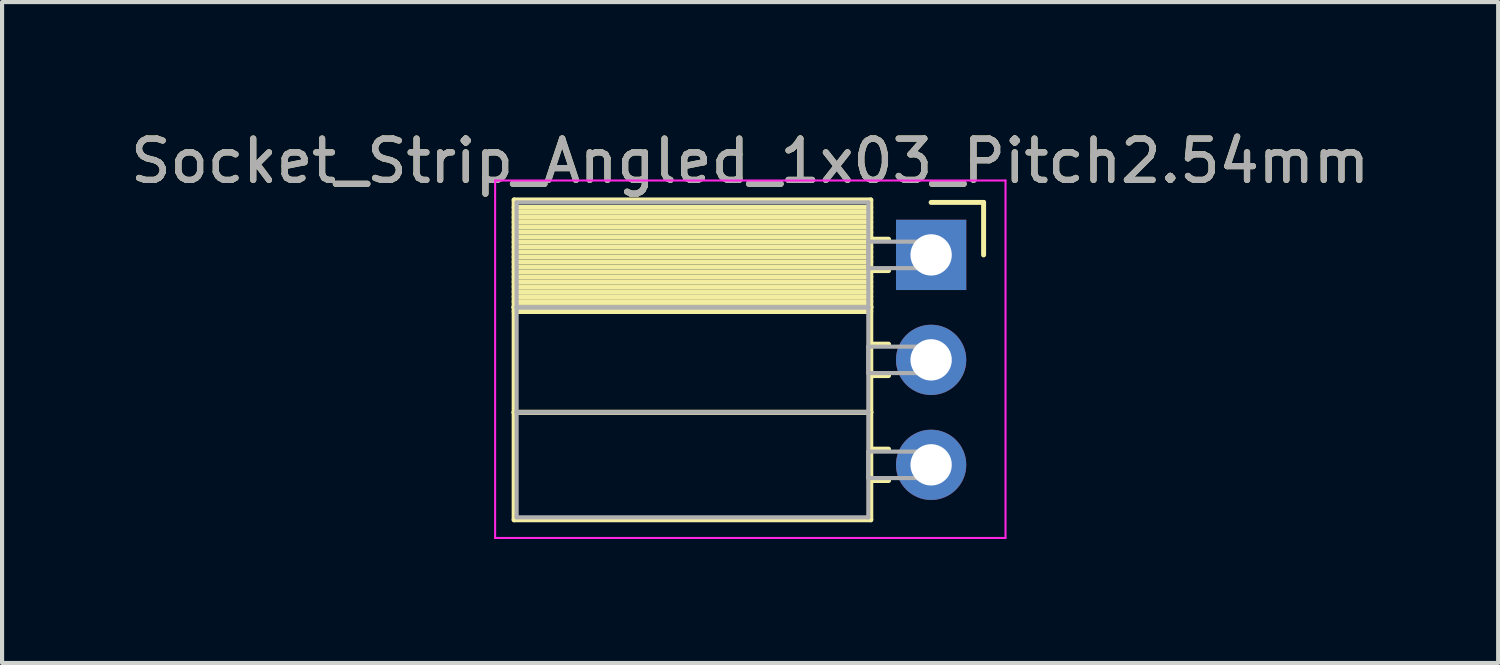
<source format=kicad_pcb>
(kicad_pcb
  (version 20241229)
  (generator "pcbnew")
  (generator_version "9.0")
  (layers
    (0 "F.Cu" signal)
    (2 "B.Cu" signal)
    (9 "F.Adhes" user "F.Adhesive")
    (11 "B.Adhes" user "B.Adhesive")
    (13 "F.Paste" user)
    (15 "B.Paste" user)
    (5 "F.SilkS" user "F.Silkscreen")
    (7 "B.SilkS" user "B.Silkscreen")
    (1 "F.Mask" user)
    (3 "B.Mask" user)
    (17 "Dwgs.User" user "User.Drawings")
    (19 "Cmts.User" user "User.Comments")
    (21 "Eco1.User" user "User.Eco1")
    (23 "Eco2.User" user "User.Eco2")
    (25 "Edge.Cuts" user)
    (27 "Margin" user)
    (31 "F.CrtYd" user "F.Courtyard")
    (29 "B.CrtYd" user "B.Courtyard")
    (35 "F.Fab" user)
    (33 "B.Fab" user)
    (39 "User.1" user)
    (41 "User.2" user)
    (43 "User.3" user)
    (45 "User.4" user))
  (footprint "Socket_Strip_Angled_1x03_Pitch2.54mm"
    (layer "F.Cu")
    (at 19.481 3.118)
    (property "Reference" "Socket_Strip_Angled_1x03_Pitch2.54mm" (at -4.38 -2.27 0) (layer "F.SilkS") (effects (font (size 1 1) (thickness 0.15))))
    (attr through_hole)
    (fp_line (start -10.09 -1.33) (end -1.46 -1.33) (stroke (width 0.12) (type solid)) (layer "F.SilkS"))
    (fp_line (start -10.09 1.27) (end -10.09 -1.33) (stroke (width 0.12) (type solid)) (layer "F.SilkS"))
    (fp_line (start -10.09 1.27) (end -1.46 1.27) (stroke (width 0.12) (type solid)) (layer "F.SilkS"))
    (fp_line (start -10.09 3.81) (end -10.09 1.27) (stroke (width 0.12) (type solid)) (layer "F.SilkS"))
    (fp_line (start -10.09 3.81) (end -1.46 3.81) (stroke (width 0.12) (type solid)) (layer "F.SilkS"))
    (fp_line (start -10.09 6.41) (end -10.09 3.81) (stroke (width 0.12) (type solid)) (layer "F.SilkS"))
    (fp_line (start -1.46 -1.33) (end -1.46 1.27) (stroke (width 0.12) (type solid)) (layer "F.SilkS"))
    (fp_line (start -1.46 -1.15) (end -10.09 -1.15) (stroke (width 0.12) (type solid)) (layer "F.SilkS"))
    (fp_line (start -1.46 -1.03) (end -10.09 -1.03) (stroke (width 0.12) (type solid)) (layer "F.SilkS"))
    (fp_line (start -1.46 -0.91) (end -10.09 -0.91) (stroke (width 0.12) (type solid)) (layer "F.SilkS"))
    (fp_line (start -1.46 -0.79) (end -10.09 -0.79) (stroke (width 0.12) (type solid)) (layer "F.SilkS"))
    (fp_line (start -1.46 -0.67) (end -10.09 -0.67) (stroke (width 0.12) (type solid)) (layer "F.SilkS"))
    (fp_line (start -1.46 -0.55) (end -10.09 -0.55) (stroke (width 0.12) (type solid)) (layer "F.SilkS"))
    (fp_line (start -1.46 -0.43) (end -10.09 -0.43) (stroke (width 0.12) (type solid)) (layer "F.SilkS"))
    (fp_line (start -1.46 -0.31) (end -10.09 -0.31) (stroke (width 0.12) (type solid)) (layer "F.SilkS"))
    (fp_line (start -1.46 -0.19) (end -10.09 -0.19) (stroke (width 0.12) (type solid)) (layer "F.SilkS"))
    (fp_line (start -1.46 -0.07) (end -10.09 -0.07) (stroke (width 0.12) (type solid)) (layer "F.SilkS"))
    (fp_line (start -1.46 0.05) (end -10.09 0.05) (stroke (width 0.12) (type solid)) (layer "F.SilkS"))
    (fp_line (start -1.46 0.17) (end -10.09 0.17) (stroke (width 0.12) (type solid)) (layer "F.SilkS"))
    (fp_line (start -1.46 0.29) (end -10.09 0.29) (stroke (width 0.12) (type solid)) (layer "F.SilkS"))
    (fp_line (start -1.46 0.41) (end -10.09 0.41) (stroke (width 0.12) (type solid)) (layer "F.SilkS"))
    (fp_line (start -1.46 0.53) (end -10.09 0.53) (stroke (width 0.12) (type solid)) (layer "F.SilkS"))
    (fp_line (start -1.46 0.65) (end -10.09 0.65) (stroke (width 0.12) (type solid)) (layer "F.SilkS"))
    (fp_line (start -1.46 0.77) (end -10.09 0.77) (stroke (width 0.12) (type solid)) (layer "F.SilkS"))
    (fp_line (start -1.46 0.89) (end -10.09 0.89) (stroke (width 0.12) (type solid)) (layer "F.SilkS"))
    (fp_line (start -1.46 1.01) (end -10.09 1.01) (stroke (width 0.12) (type solid)) (layer "F.SilkS"))
    (fp_line (start -1.46 1.13) (end -10.09 1.13) (stroke (width 0.12) (type solid)) (layer "F.SilkS"))
    (fp_line (start -1.46 1.25) (end -10.09 1.25) (stroke (width 0.12) (type solid)) (layer "F.SilkS"))
    (fp_line (start -1.46 1.27) (end -10.09 1.27) (stroke (width 0.12) (type solid)) (layer "F.SilkS"))
    (fp_line (start -1.46 1.27) (end -1.46 3.81) (stroke (width 0.12) (type solid)) (layer "F.SilkS"))
    (fp_line (start -1.46 1.37) (end -10.09 1.37) (stroke (width 0.12) (type solid)) (layer "F.SilkS"))
    (fp_line (start -1.46 3.81) (end -10.09 3.81) (stroke (width 0.12) (type solid)) (layer "F.SilkS"))
    (fp_line (start -1.46 3.81) (end -1.46 6.41) (stroke (width 0.12) (type solid)) (layer "F.SilkS"))
    (fp_line (start -1.46 6.41) (end -10.09 6.41) (stroke (width 0.12) (type solid)) (layer "F.SilkS"))
    (fp_line (start -1.03 -0.38) (end -1.46 -0.38) (stroke (width 0.12) (type solid)) (layer "F.SilkS"))
    (fp_line (start -1.03 0.38) (end -1.46 0.38) (stroke (width 0.12) (type solid)) (layer "F.SilkS"))
    (fp_line (start -1.03 2.16) (end -1.46 2.16) (stroke (width 0.12) (type solid)) (layer "F.SilkS"))
    (fp_line (start -1.03 2.92) (end -1.46 2.92) (stroke (width 0.12) (type solid)) (layer "F.SilkS"))
    (fp_line (start -1.03 4.7) (end -1.46 4.7) (stroke (width 0.12) (type solid)) (layer "F.SilkS"))
    (fp_line (start -1.03 5.46) (end -1.46 5.46) (stroke (width 0.12) (type solid)) (layer "F.SilkS"))
    (fp_line (start 0 -1.27) (end 1.27 -1.27) (stroke (width 0.12) (type solid)) (layer "F.SilkS"))
    (fp_line (start 1.27 -1.27) (end 1.27 0) (stroke (width 0.12) (type solid)) (layer "F.SilkS"))
    (fp_line (start -10.55 -1.8) (end 1.8 -1.8) (stroke (width 0.05) (type solid)) (layer "F.CrtYd"))
    (fp_line (start -10.55 6.85) (end -10.55 -1.8) (stroke (width 0.05) (type solid)) (layer "F.CrtYd"))
    (fp_line (start 1.8 -1.8) (end 1.8 6.85) (stroke (width 0.05) (type solid)) (layer "F.CrtYd"))
    (fp_line (start 1.8 6.85) (end -10.55 6.85) (stroke (width 0.05) (type solid)) (layer "F.CrtYd"))
    (fp_line (start -10.03 -1.27) (end -1.52 -1.27) (stroke (width 0.1) (type solid)) (layer "F.Fab"))
    (fp_line (start -10.03 1.27) (end -10.03 -1.27) (stroke (width 0.1) (type solid)) (layer "F.Fab"))
    (fp_line (start -10.03 1.27) (end -1.52 1.27) (stroke (width 0.1) (type solid)) (layer "F.Fab"))
    (fp_line (start -10.03 3.81) (end -10.03 1.27) (stroke (width 0.1) (type solid)) (layer "F.Fab"))
    (fp_line (start -10.03 3.81) (end -1.52 3.81) (stroke (width 0.1) (type solid)) (layer "F.Fab"))
    (fp_line (start -10.03 6.35) (end -10.03 3.81) (stroke (width 0.1) (type solid)) (layer "F.Fab"))
    (fp_line (start -1.52 -1.27) (end -1.52 1.27) (stroke (width 0.1) (type solid)) (layer "F.Fab"))
    (fp_line (start -1.52 -0.32) (end 0 -0.32) (stroke (width 0.1) (type solid)) (layer "F.Fab"))
    (fp_line (start -1.52 0.32) (end -1.52 -0.32) (stroke (width 0.1) (type solid)) (layer "F.Fab"))
    (fp_line (start -1.52 1.27) (end -10.03 1.27) (stroke (width 0.1) (type solid)) (layer "F.Fab"))
    (fp_line (start -1.52 1.27) (end -1.52 3.81) (stroke (width 0.1) (type solid)) (layer "F.Fab"))
    (fp_line (start -1.52 2.22) (end 0 2.22) (stroke (width 0.1) (type solid)) (layer "F.Fab"))
    (fp_line (start -1.52 2.86) (end -1.52 2.22) (stroke (width 0.1) (type solid)) (layer "F.Fab"))
    (fp_line (start -1.52 3.81) (end -10.03 3.81) (stroke (width 0.1) (type solid)) (layer "F.Fab"))
    (fp_line (start -1.52 3.81) (end -1.52 6.35) (stroke (width 0.1) (type solid)) (layer "F.Fab"))
    (fp_line (start -1.52 4.76) (end 0 4.76) (stroke (width 0.1) (type solid)) (layer "F.Fab"))
    (fp_line (start -1.52 5.4) (end -1.52 4.76) (stroke (width 0.1) (type solid)) (layer "F.Fab"))
    (fp_line (start -1.52 6.35) (end -10.03 6.35) (stroke (width 0.1) (type solid)) (layer "F.Fab"))
    (fp_line (start 0 -0.32) (end 0 0.32) (stroke (width 0.1) (type solid)) (layer "F.Fab"))
    (fp_line (start 0 0.32) (end -1.52 0.32) (stroke (width 0.1) (type solid)) (layer "F.Fab"))
    (fp_line (start 0 2.22) (end 0 2.86) (stroke (width 0.1) (type solid)) (layer "F.Fab"))
    (fp_line (start 0 2.86) (end -1.52 2.86) (stroke (width 0.1) (type solid)) (layer "F.Fab"))
    (fp_line (start 0 4.76) (end 0 5.4) (stroke (width 0.1) (type solid)) (layer "F.Fab"))
    (fp_line (start 0 5.4) (end -1.52 5.4) (stroke (width 0.1) (type solid)) (layer "F.Fab"))
    (fp_text user "${REFERENCE}" (at -4.38 -2.27 0) (layer "F.Fab") (effects (font (size 1 1) (thickness 0.15))))
    (pad "1" thru_hole rect (at 0 0) (size 1.7 1.7) (drill 1) (layers "*.Cu" "*.Mask"))
    (pad "2" thru_hole oval (at 0 2.54) (size 1.7 1.7) (drill 1) (layers "*.Cu" "*.Mask"))
    (pad "3" thru_hole oval (at 0 5.08) (size 1.7 1.7) (drill 1) (layers "*.Cu" "*.Mask")))
  (gr_rect
    (start -3 -3)
    (end 33.202 12.993)
    (stroke (width 0.1) (type default))
    (fill no)
    (layer "Edge.Cuts")))
</source>
